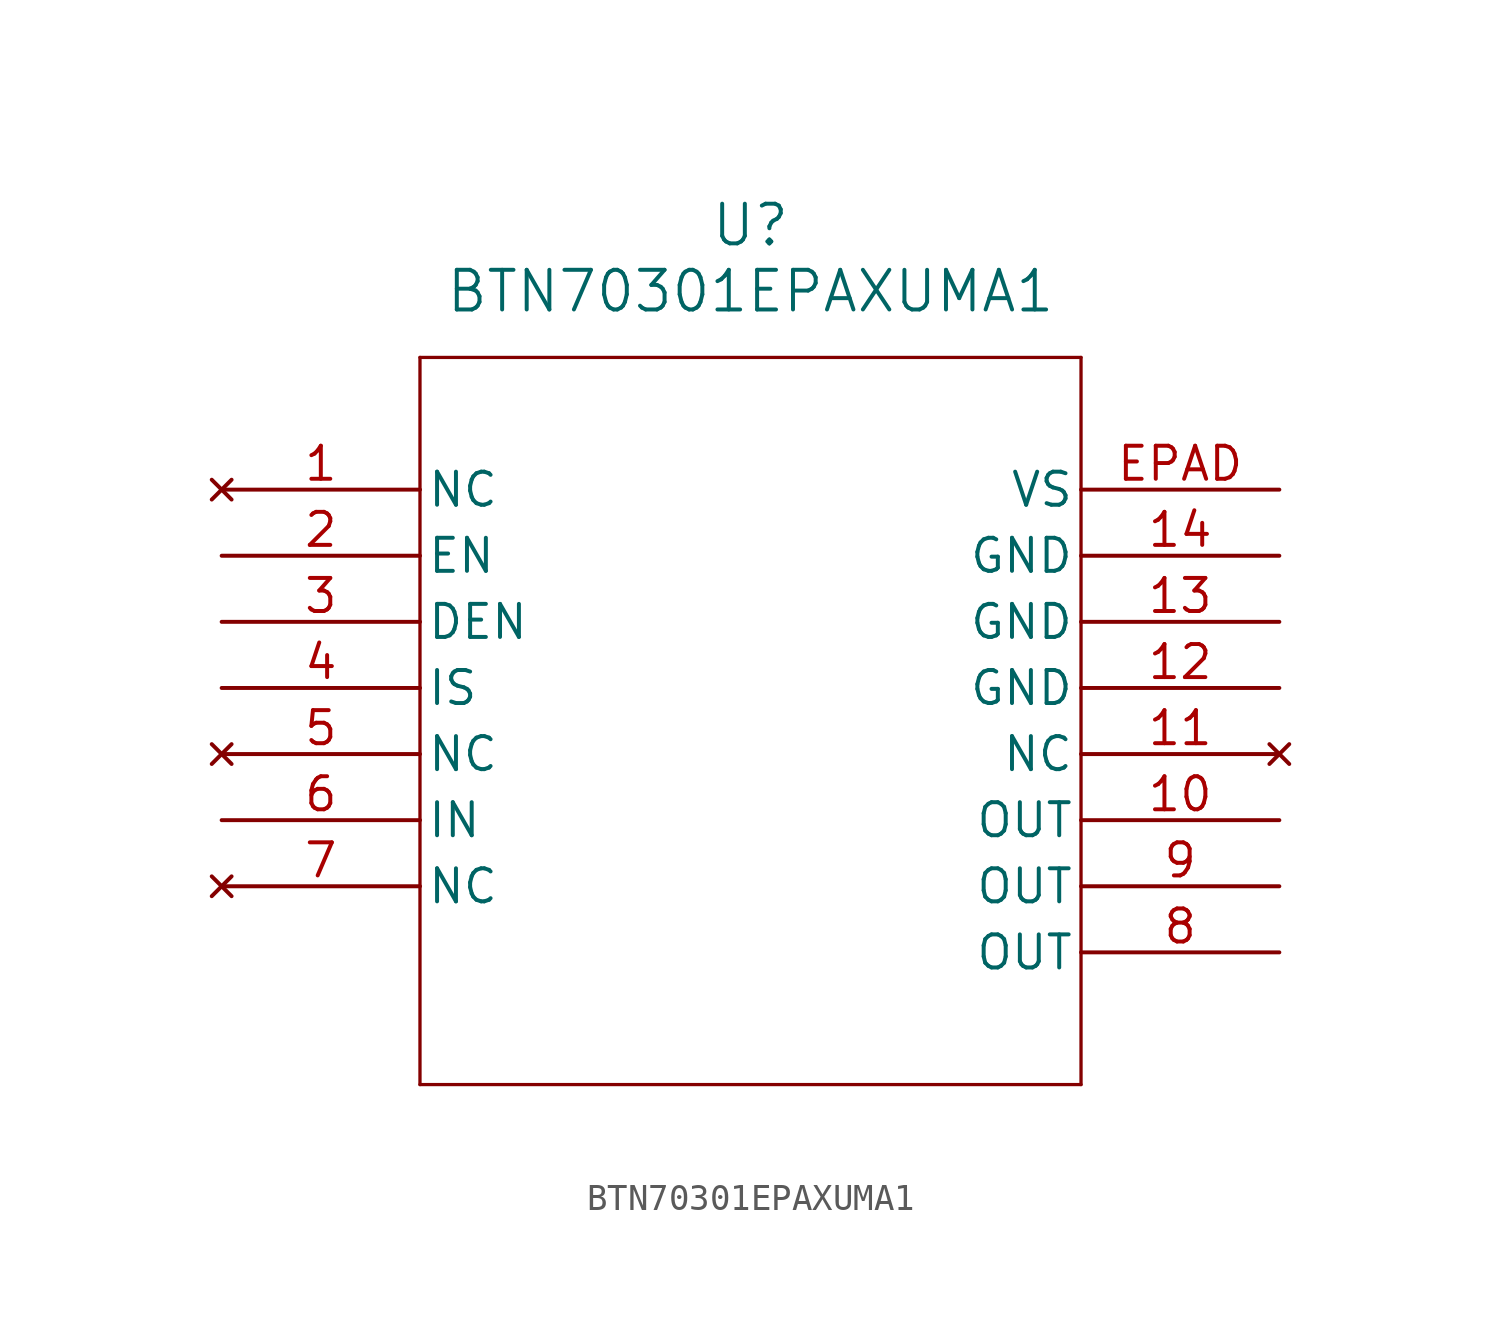
<source format=kicad_sym>
(kicad_symbol_lib
  (version 20231120)
  (generator "kicad_symbol_editor")
  (generator_version "8.0")
  (symbol "BTN70301EPAXUMA1"
    (pin_names
      (offset 0.254))
    (property "Reference" "U"
      (at 20.32 10.16 0)
      (effects (font (size 1.524 1.524))))
    (property "Value" "BTN70301EPAXUMA1"
      (at 20.32 7.62 0)
      (effects (font (size 1.524 1.524))))
    (property "ki_locked" ""
      (at 0 0 0)
      (effects (font (size 1.27 1.27))))
    (symbol "BTN70301EPAXUMA1_0_1"
      (polyline (pts (xy 7.62 -22.86) (xy 33.02 -22.86)) (stroke (width 0.127) (type default)) (fill (type none)))
      (polyline (pts (xy 7.62 5.08) (xy 7.62 -22.86)) (stroke (width 0.127) (type default)) (fill (type none)))
      (polyline (pts (xy 33.02 -22.86) (xy 33.02 5.08)) (stroke (width 0.127) (type default)) (fill (type none)))
      (polyline (pts (xy 33.02 5.08) (xy 7.62 5.08)) (stroke (width 0.127) (type default)) (fill (type none)))
      (pin no_connect line (at 0 0 0) (length 7.62) (name "NC" (effects (font (size 1.27 1.27)))) (number "1" (effects (font (size 1.27 1.27)))))
      (pin power_in line (at 40.64 -12.7 180) (length 7.62) (name "OUT" (effects (font (size 1.27 1.27)))) (number "10" (effects (font (size 1.27 1.27)))))
      (pin no_connect line (at 40.64 -10.16 180) (length 7.62) (name "NC" (effects (font (size 1.27 1.27)))) (number "11" (effects (font (size 1.27 1.27)))))
      (pin power_in line (at 40.64 -7.62 180) (length 7.62) (name "GND" (effects (font (size 1.27 1.27)))) (number "12" (effects (font (size 1.27 1.27)))))
      (pin power_in line (at 40.64 -5.08 180) (length 7.62) (name "GND" (effects (font (size 1.27 1.27)))) (number "13" (effects (font (size 1.27 1.27)))))
      (pin power_in line (at 40.64 -2.54 180) (length 7.62) (name "GND" (effects (font (size 1.27 1.27)))) (number "14" (effects (font (size 1.27 1.27)))))
      (pin unspecified line (at 0 -2.54 0) (length 7.62) (name "EN" (effects (font (size 1.27 1.27)))) (number "2" (effects (font (size 1.27 1.27)))))
      (pin unspecified line (at 0 -5.08 0) (length 7.62) (name "DEN" (effects (font (size 1.27 1.27)))) (number "3" (effects (font (size 1.27 1.27)))))
      (pin output line (at 0 -7.62 0) (length 7.62) (name "IS" (effects (font (size 1.27 1.27)))) (number "4" (effects (font (size 1.27 1.27)))))
      (pin no_connect line (at 0 -10.16 0) (length 7.62) (name "NC" (effects (font (size 1.27 1.27)))) (number "5" (effects (font (size 1.27 1.27)))))
      (pin input line (at 0 -12.7 0) (length 7.62) (name "IN" (effects (font (size 1.27 1.27)))) (number "6" (effects (font (size 1.27 1.27)))))
      (pin no_connect line (at 0 -15.24 0) (length 7.62) (name "NC" (effects (font (size 1.27 1.27)))) (number "7" (effects (font (size 1.27 1.27)))))
      (pin power_in line (at 40.64 -17.78 180) (length 7.62) (name "OUT" (effects (font (size 1.27 1.27)))) (number "8" (effects (font (size 1.27 1.27)))))
      (pin power_in line (at 40.64 -15.24 180) (length 7.62) (name "OUT" (effects (font (size 1.27 1.27)))) (number "9" (effects (font (size 1.27 1.27)))))
      (pin power_in line (at 40.64 0 180) (length 7.62) (name "VS" (effects (font (size 1.27 1.27)))) (number "EPAD" (effects (font (size 1.27 1.27))))))))
</source>
